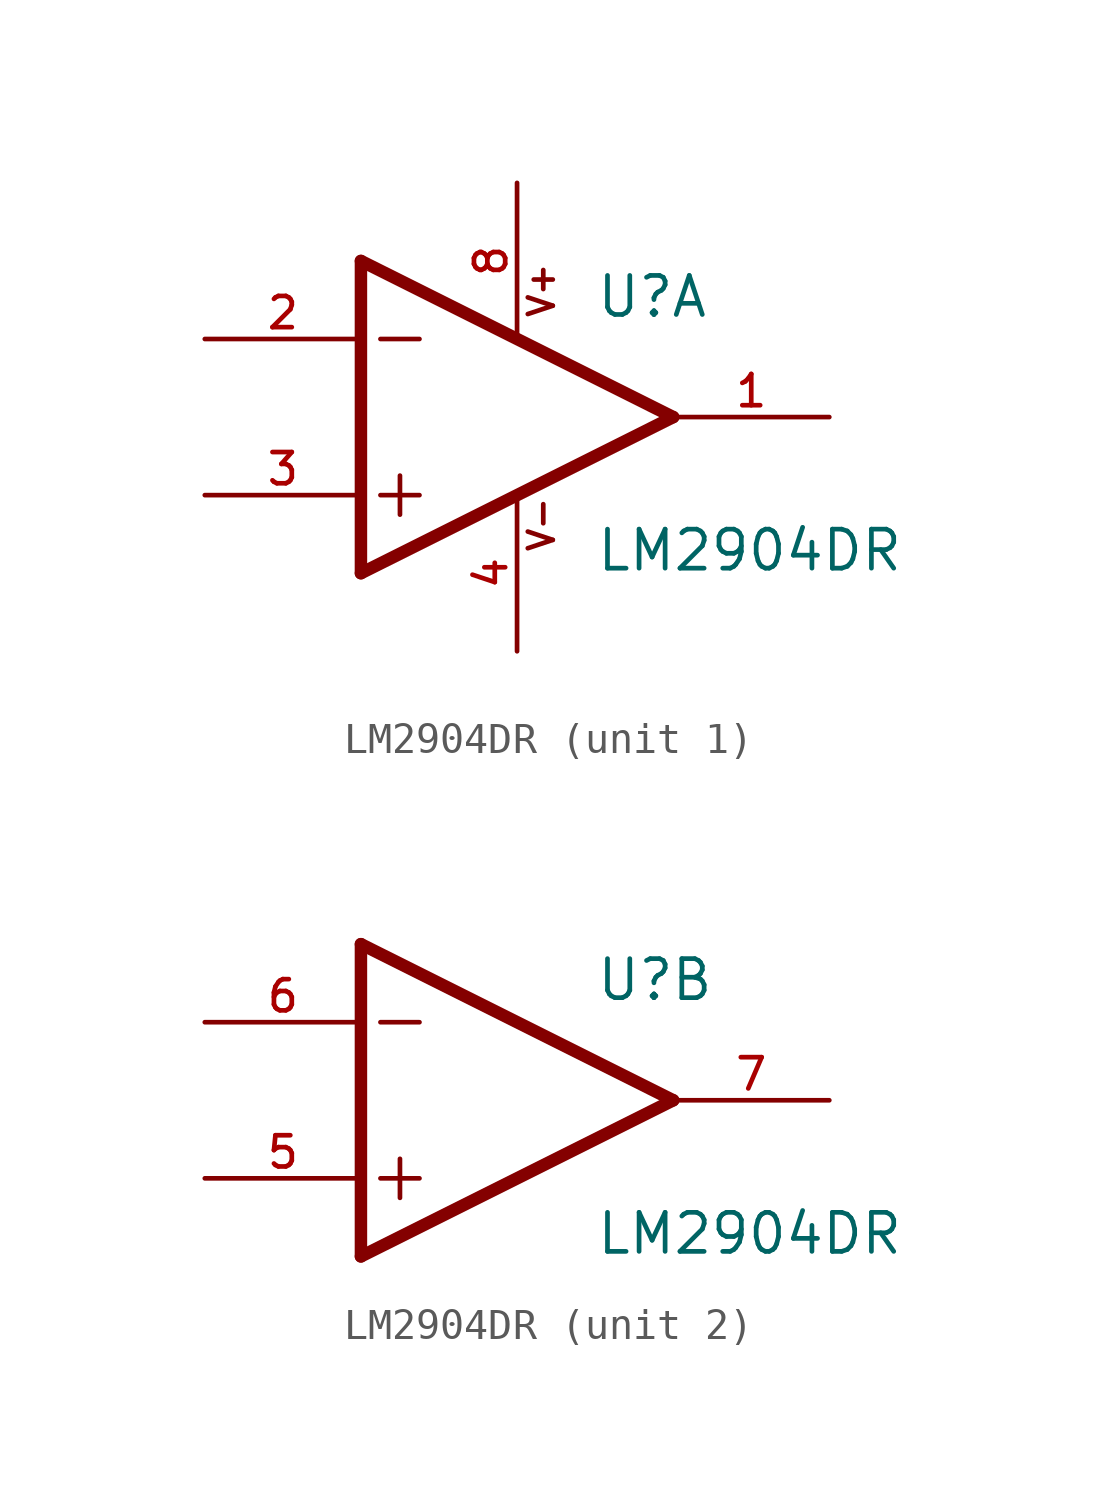
<source format=kicad_sym>
(kicad_symbol_lib
  (version 20211014)
  (generator kicad_symbol_editor)
  (symbol "LM2904DR"
    (pin_names
      (offset 1.016))
    (property "Reference" "U"
      (at 2.54 3.175 0)
      (effects (font (size 1.27 1.27)) (justify bottom left)))
    (property "Value" "LM2904DR"
      (at 2.54 -5.08 0)
      (effects (font (size 1.27 1.27)) (justify bottom left)))
    (symbol "LM2904DR_1_0"
      (polyline (pts (xy -5.08 5.08) (xy -5.08 -5.08)) (stroke (width 0.406)))
      (polyline (pts (xy -5.08 -5.08) (xy 5.08 0.0)) (stroke (width 0.406)))
      (polyline (pts (xy 5.08 0.0) (xy -5.08 5.08)) (stroke (width 0.406)))
      (polyline (pts (xy -3.81 -1.905) (xy -3.81 -3.175)) (stroke (width 0.152)))
      (polyline (pts (xy -4.445 2.54) (xy -3.175 2.54)) (stroke (width 0.152)))
      (polyline (pts (xy -4.445 -2.54) (xy -3.175 -2.54)) (stroke (width 0.152)))
      (text "V+" (at 1.27 3.175 900) (effects (font (size 0.813 0.813)) (justify bottom left)))
      (text "V-" (at 1.27 -4.445 900) (effects (font (size 0.813 0.813)) (justify bottom left)))
      (pin input line (at -10.16 -2.54 0) (length 5.08) (name "~" (effects (font (size 1.016 1.016)))) (number "3" (effects (font (size 1.016 1.016)))))
      (pin input line (at -10.16 2.54 0) (length 5.08) (name "~" (effects (font (size 1.016 1.016)))) (number "2" (effects (font (size 1.016 1.016)))))
      (pin power_in line (at 0.0 7.62 270.0) (length 5.08) (name "~" (effects (font (size 1.016 1.016)))) (number "8" (effects (font (size 1.016 1.016)))))
      (pin output line (at 10.16 0.0 180.0) (length 5.08) (name "~" (effects (font (size 1.016 1.016)))) (number "1" (effects (font (size 1.016 1.016)))))
      (pin power_in line (at 0.0 -7.62 90.0) (length 5.08) (name "~" (effects (font (size 1.016 1.016)))) (number "4" (effects (font (size 1.016 1.016))))))
    (symbol "LM2904DR_2_0"
      (polyline (pts (xy -5.08 5.08) (xy -5.08 -5.08)) (stroke (width 0.406)))
      (polyline (pts (xy -5.08 -5.08) (xy 5.08 0.0)) (stroke (width 0.406)))
      (polyline (pts (xy 5.08 0.0) (xy -5.08 5.08)) (stroke (width 0.406)))
      (polyline (pts (xy -3.81 -1.905) (xy -3.81 -3.175)) (stroke (width 0.152)))
      (polyline (pts (xy -4.445 2.54) (xy -3.175 2.54)) (stroke (width 0.152)))
      (polyline (pts (xy -4.445 -2.54) (xy -3.175 -2.54)) (stroke (width 0.152)))
      (pin input line (at -10.16 -2.54 0) (length 5.08) (name "~" (effects (font (size 1.016 1.016)))) (number "5" (effects (font (size 1.016 1.016)))))
      (pin input line (at -10.16 2.54 0) (length 5.08) (name "~" (effects (font (size 1.016 1.016)))) (number "6" (effects (font (size 1.016 1.016)))))
      (pin output line (at 10.16 0.0 180.0) (length 5.08) (name "~" (effects (font (size 1.016 1.016)))) (number "7" (effects (font (size 1.016 1.016))))))))
</source>
